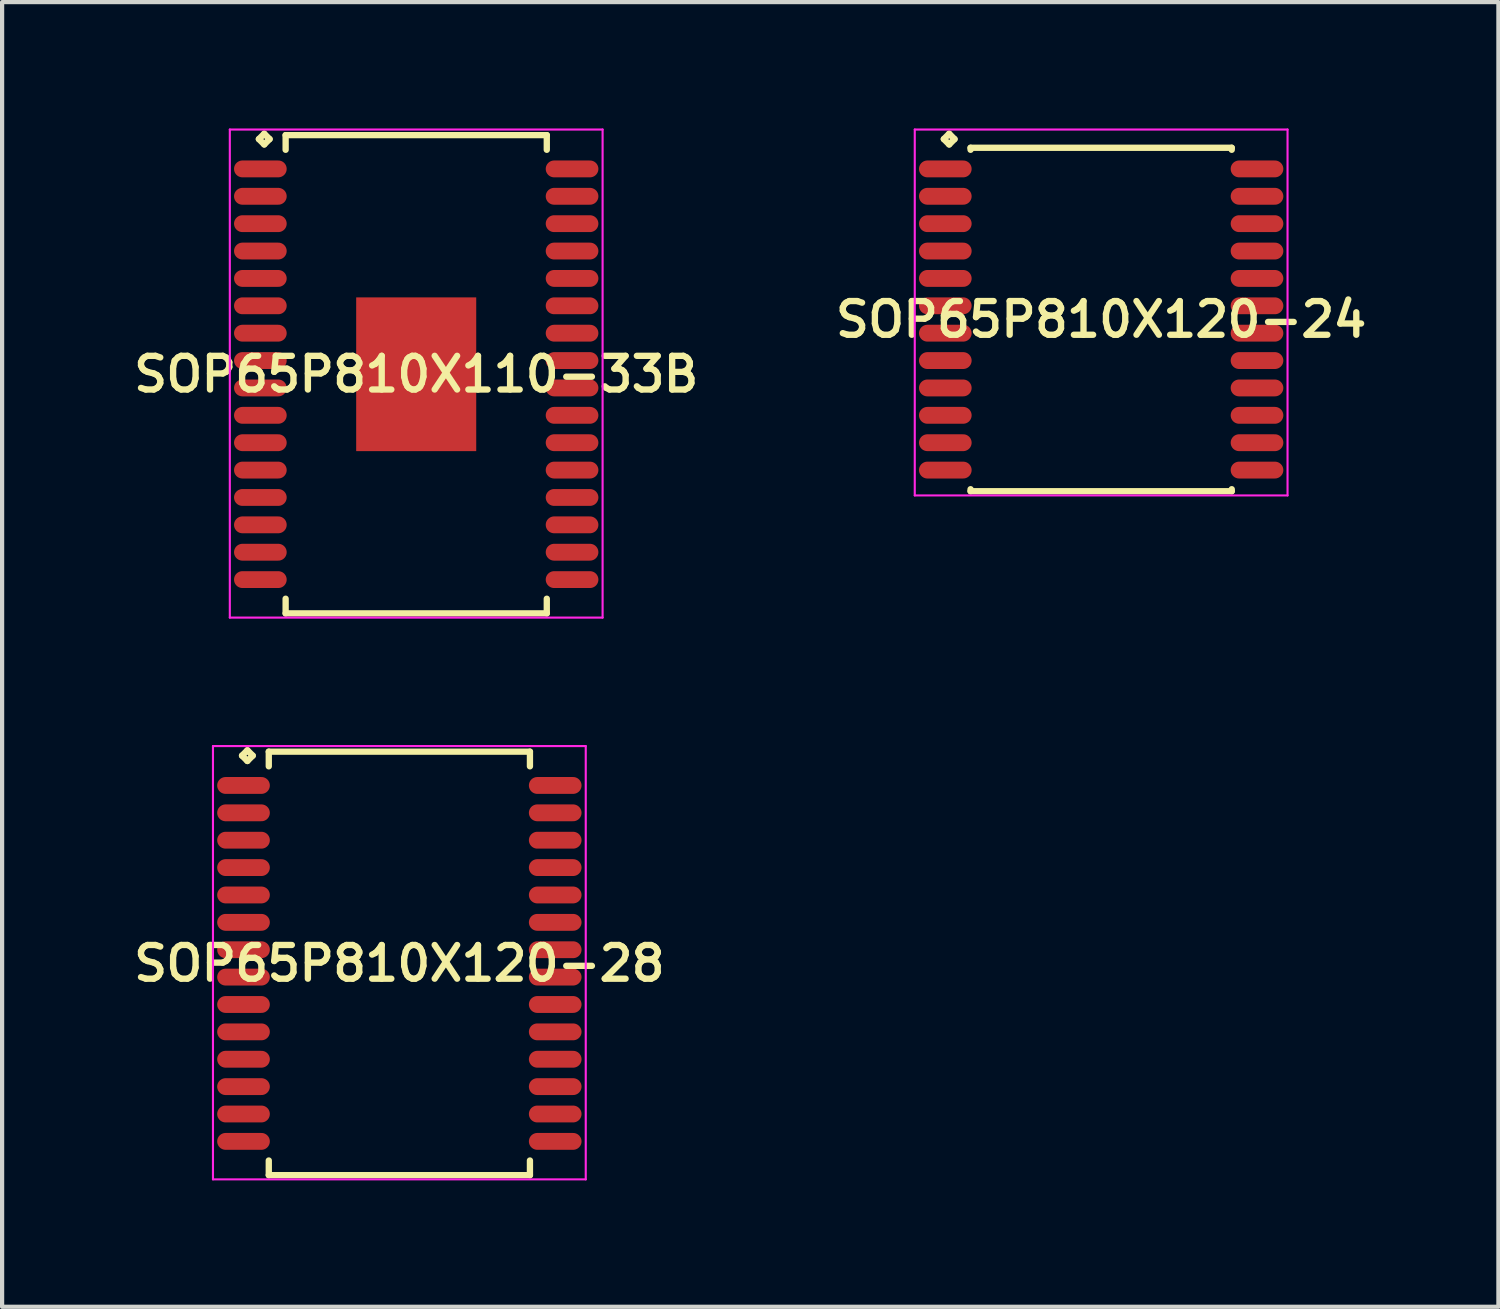
<source format=kicad_pcb>
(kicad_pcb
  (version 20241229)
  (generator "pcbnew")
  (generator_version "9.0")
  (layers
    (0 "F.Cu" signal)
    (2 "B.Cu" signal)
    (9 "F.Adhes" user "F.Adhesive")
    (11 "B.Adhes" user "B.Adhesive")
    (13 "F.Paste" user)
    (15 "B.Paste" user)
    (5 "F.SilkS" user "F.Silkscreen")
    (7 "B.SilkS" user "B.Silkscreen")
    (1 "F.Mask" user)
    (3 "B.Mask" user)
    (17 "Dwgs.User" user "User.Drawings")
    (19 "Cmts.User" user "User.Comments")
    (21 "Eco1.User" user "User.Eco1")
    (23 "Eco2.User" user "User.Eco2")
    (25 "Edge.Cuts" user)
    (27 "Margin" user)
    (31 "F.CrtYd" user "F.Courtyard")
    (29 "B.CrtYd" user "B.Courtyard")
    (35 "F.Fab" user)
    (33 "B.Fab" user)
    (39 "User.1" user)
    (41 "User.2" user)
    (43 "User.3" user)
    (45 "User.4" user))
  (footprint "SOP65P810X120-28"
    (layer "F.Cu")
    (at 6.431 19.822)
    (property "Reference" "SOP65P810X120-28" (at 0 0 0) (layer "F.SilkS") (effects (font (size 0.8 0.8) (thickness 0.15))))
    (attr smd)
    (fp_line (start -3.735 -4.933) (end -3.608 -5.06) (stroke (width 0.15) (type solid)) (layer "F.SilkS"))
    (fp_line (start -3.608 -5.06) (end -3.481 -4.933) (stroke (width 0.15) (type solid)) (layer "F.SilkS"))
    (fp_line (start -3.608 -4.806) (end -3.735 -4.933) (stroke (width 0.15) (type solid)) (layer "F.SilkS"))
    (fp_line (start -3.481 -4.933) (end -3.608 -4.806) (stroke (width 0.15) (type solid)) (layer "F.SilkS"))
    (fp_line (start -3.1 -5.027) (end 3.1 -5.027) (stroke (width 0.15) (type solid)) (layer "F.SilkS"))
    (fp_line (start -3.1 -4.679) (end -3.1 -5.027) (stroke (width 0.15) (type solid)) (layer "F.SilkS"))
    (fp_line (start -3.1 4.679) (end -3.1 5.027) (stroke (width 0.15) (type solid)) (layer "F.SilkS"))
    (fp_line (start -3.1 5.027) (end 3.1 5.027) (stroke (width 0.15) (type solid)) (layer "F.SilkS"))
    (fp_line (start 3.1 -5.027) (end 3.1 -4.679) (stroke (width 0.15) (type solid)) (layer "F.SilkS"))
    (fp_line (start 3.1 5.027) (end 3.1 4.679) (stroke (width 0.15) (type solid)) (layer "F.SilkS"))
    (fp_line (start -4.425 -5.16) (end 4.425 -5.16) (stroke (width 0.05) (type solid)) (layer "F.CrtYd"))
    (fp_line (start -4.425 5.127) (end -4.425 -5.16) (stroke (width 0.05) (type solid)) (layer "F.CrtYd"))
    (fp_line (start 4.425 -5.16) (end 4.425 5.127) (stroke (width 0.05) (type solid)) (layer "F.CrtYd"))
    (fp_line (start 4.425 5.127) (end -4.425 5.127) (stroke (width 0.05) (type solid)) (layer "F.CrtYd"))
    (pad "1" smd oval (at -3.7 -4.225) (size 1.25 0.4) (layers "F.Cu" "F.Mask" "F.Paste"))
    (pad "2" smd oval (at -3.7 -3.575) (size 1.25 0.4) (layers "F.Cu" "F.Mask" "F.Paste"))
    (pad "3" smd oval (at -3.7 -2.925) (size 1.25 0.4) (layers "F.Cu" "F.Mask" "F.Paste"))
    (pad "4" smd oval (at -3.7 -2.275) (size 1.25 0.4) (layers "F.Cu" "F.Mask" "F.Paste"))
    (pad "5" smd oval (at -3.7 -1.625) (size 1.25 0.4) (layers "F.Cu" "F.Mask" "F.Paste"))
    (pad "6" smd oval (at -3.7 -0.975) (size 1.25 0.4) (layers "F.Cu" "F.Mask" "F.Paste"))
    (pad "7" smd oval (at -3.7 -0.325) (size 1.25 0.4) (layers "F.Cu" "F.Mask" "F.Paste"))
    (pad "8" smd oval (at -3.7 0.325) (size 1.25 0.4) (layers "F.Cu" "F.Mask" "F.Paste"))
    (pad "9" smd oval (at -3.7 0.975) (size 1.25 0.4) (layers "F.Cu" "F.Mask" "F.Paste"))
    (pad "10" smd oval (at -3.7 1.625) (size 1.25 0.4) (layers "F.Cu" "F.Mask" "F.Paste"))
    (pad "11" smd oval (at -3.7 2.275) (size 1.25 0.4) (layers "F.Cu" "F.Mask" "F.Paste"))
    (pad "12" smd oval (at -3.7 2.925) (size 1.25 0.4) (layers "F.Cu" "F.Mask" "F.Paste"))
    (pad "13" smd oval (at -3.7 3.575) (size 1.25 0.4) (layers "F.Cu" "F.Mask" "F.Paste"))
    (pad "14" smd oval (at -3.7 4.225) (size 1.25 0.4) (layers "F.Cu" "F.Mask" "F.Paste"))
    (pad "15" smd oval (at 3.7 4.225) (size 1.25 0.4) (layers "F.Cu" "F.Mask" "F.Paste"))
    (pad "16" smd oval (at 3.7 3.575) (size 1.25 0.4) (layers "F.Cu" "F.Mask" "F.Paste"))
    (pad "17" smd oval (at 3.7 2.925) (size 1.25 0.4) (layers "F.Cu" "F.Mask" "F.Paste"))
    (pad "18" smd oval (at 3.7 2.275) (size 1.25 0.4) (layers "F.Cu" "F.Mask" "F.Paste"))
    (pad "19" smd oval (at 3.7 1.625) (size 1.25 0.4) (layers "F.Cu" "F.Mask" "F.Paste"))
    (pad "20" smd oval (at 3.7 0.975) (size 1.25 0.4) (layers "F.Cu" "F.Mask" "F.Paste"))
    (pad "21" smd oval (at 3.7 0.325) (size 1.25 0.4) (layers "F.Cu" "F.Mask" "F.Paste"))
    (pad "22" smd oval (at 3.7 -0.325) (size 1.25 0.4) (layers "F.Cu" "F.Mask" "F.Paste"))
    (pad "23" smd oval (at 3.7 -0.975) (size 1.25 0.4) (layers "F.Cu" "F.Mask" "F.Paste"))
    (pad "24" smd oval (at 3.7 -1.625) (size 1.25 0.4) (layers "F.Cu" "F.Mask" "F.Paste"))
    (pad "25" smd oval (at 3.7 -2.275) (size 1.25 0.4) (layers "F.Cu" "F.Mask" "F.Paste"))
    (pad "26" smd oval (at 3.7 -2.925) (size 1.25 0.4) (layers "F.Cu" "F.Mask" "F.Paste"))
    (pad "27" smd oval (at 3.7 -3.575) (size 1.25 0.4) (layers "F.Cu" "F.Mask" "F.Paste"))
    (pad "28" smd oval (at 3.7 -4.225) (size 1.25 0.4) (layers "F.Cu" "F.Mask" "F.Paste")))
  (footprint "SOP65P810X120-24"
    (layer "F.Cu")
    (at 23.092 4.535)
    (property "Reference" "SOP65P810X120-24" (at 0 0 0) (layer "F.SilkS") (effects (font (size 0.8 0.8) (thickness 0.15))))
    (attr smd)
    (fp_line (start -3.735 -4.283) (end -3.608 -4.41) (stroke (width 0.15) (type solid)) (layer "F.SilkS"))
    (fp_line (start -3.608 -4.41) (end -3.481 -4.283) (stroke (width 0.15) (type solid)) (layer "F.SilkS"))
    (fp_line (start -3.608 -4.156) (end -3.735 -4.283) (stroke (width 0.15) (type solid)) (layer "F.SilkS"))
    (fp_line (start -3.481 -4.283) (end -3.608 -4.156) (stroke (width 0.15) (type solid)) (layer "F.SilkS"))
    (fp_line (start -3.1 -4.077) (end 3.1 -4.077) (stroke (width 0.15) (type solid)) (layer "F.SilkS"))
    (fp_line (start -3.1 -4.029) (end -3.1 -4.077) (stroke (width 0.15) (type solid)) (layer "F.SilkS"))
    (fp_line (start -3.1 4.029) (end -3.1 4.077) (stroke (width 0.15) (type solid)) (layer "F.SilkS"))
    (fp_line (start -3.1 4.077) (end 3.1 4.077) (stroke (width 0.15) (type solid)) (layer "F.SilkS"))
    (fp_line (start 3.1 -4.077) (end 3.1 -4.029) (stroke (width 0.15) (type solid)) (layer "F.SilkS"))
    (fp_line (start 3.1 4.077) (end 3.1 4.029) (stroke (width 0.15) (type solid)) (layer "F.SilkS"))
    (fp_line (start -4.425 -4.51) (end 4.425 -4.51) (stroke (width 0.05) (type solid)) (layer "F.CrtYd"))
    (fp_line (start -4.425 4.177) (end -4.425 -4.51) (stroke (width 0.05) (type solid)) (layer "F.CrtYd"))
    (fp_line (start 4.425 -4.51) (end 4.425 4.177) (stroke (width 0.05) (type solid)) (layer "F.CrtYd"))
    (fp_line (start 4.425 4.177) (end -4.425 4.177) (stroke (width 0.05) (type solid)) (layer "F.CrtYd"))
    (pad "1" smd oval (at -3.7 -3.575) (size 1.25 0.4) (layers "F.Cu" "F.Mask" "F.Paste"))
    (pad "2" smd oval (at -3.7 -2.925) (size 1.25 0.4) (layers "F.Cu" "F.Mask" "F.Paste"))
    (pad "3" smd oval (at -3.7 -2.275) (size 1.25 0.4) (layers "F.Cu" "F.Mask" "F.Paste"))
    (pad "4" smd oval (at -3.7 -1.625) (size 1.25 0.4) (layers "F.Cu" "F.Mask" "F.Paste"))
    (pad "5" smd oval (at -3.7 -0.975) (size 1.25 0.4) (layers "F.Cu" "F.Mask" "F.Paste"))
    (pad "6" smd oval (at -3.7 -0.325) (size 1.25 0.4) (layers "F.Cu" "F.Mask" "F.Paste"))
    (pad "7" smd oval (at -3.7 0.325) (size 1.25 0.4) (layers "F.Cu" "F.Mask" "F.Paste"))
    (pad "8" smd oval (at -3.7 0.975) (size 1.25 0.4) (layers "F.Cu" "F.Mask" "F.Paste"))
    (pad "9" smd oval (at -3.7 1.625) (size 1.25 0.4) (layers "F.Cu" "F.Mask" "F.Paste"))
    (pad "10" smd oval (at -3.7 2.275) (size 1.25 0.4) (layers "F.Cu" "F.Mask" "F.Paste"))
    (pad "11" smd oval (at -3.7 2.925) (size 1.25 0.4) (layers "F.Cu" "F.Mask" "F.Paste"))
    (pad "12" smd oval (at -3.7 3.575) (size 1.25 0.4) (layers "F.Cu" "F.Mask" "F.Paste"))
    (pad "13" smd oval (at 3.7 3.575) (size 1.25 0.4) (layers "F.Cu" "F.Mask" "F.Paste"))
    (pad "14" smd oval (at 3.7 2.925) (size 1.25 0.4) (layers "F.Cu" "F.Mask" "F.Paste"))
    (pad "15" smd oval (at 3.7 2.275) (size 1.25 0.4) (layers "F.Cu" "F.Mask" "F.Paste"))
    (pad "16" smd oval (at 3.7 1.625) (size 1.25 0.4) (layers "F.Cu" "F.Mask" "F.Paste"))
    (pad "17" smd oval (at 3.7 0.975) (size 1.25 0.4) (layers "F.Cu" "F.Mask" "F.Paste"))
    (pad "18" smd oval (at 3.7 0.325) (size 1.25 0.4) (layers "F.Cu" "F.Mask" "F.Paste"))
    (pad "19" smd oval (at 3.7 -0.325) (size 1.25 0.4) (layers "F.Cu" "F.Mask" "F.Paste"))
    (pad "20" smd oval (at 3.7 -0.975) (size 1.25 0.4) (layers "F.Cu" "F.Mask" "F.Paste"))
    (pad "21" smd oval (at 3.7 -1.625) (size 1.25 0.4) (layers "F.Cu" "F.Mask" "F.Paste"))
    (pad "22" smd oval (at 3.7 -2.275) (size 1.25 0.4) (layers "F.Cu" "F.Mask" "F.Paste"))
    (pad "23" smd oval (at 3.7 -2.925) (size 1.25 0.4) (layers "F.Cu" "F.Mask" "F.Paste"))
    (pad "24" smd oval (at 3.7 -3.575) (size 1.25 0.4) (layers "F.Cu" "F.Mask" "F.Paste")))
  (footprint "SOP65P810X110-33B"
    (layer "F.Cu")
    (at 6.831 5.835)
    (property "Reference" "SOP65P810X110-33B" (at 0 0 0) (layer "F.SilkS") (effects (font (size 0.8 0.8) (thickness 0.15))))
    (attr smd)
    (fp_line (start -3.735 -5.583) (end -3.608 -5.71) (stroke (width 0.15) (type solid)) (layer "F.SilkS"))
    (fp_line (start -3.608 -5.71) (end -3.481 -5.583) (stroke (width 0.15) (type solid)) (layer "F.SilkS"))
    (fp_line (start -3.608 -5.456) (end -3.735 -5.583) (stroke (width 0.15) (type solid)) (layer "F.SilkS"))
    (fp_line (start -3.481 -5.583) (end -3.608 -5.456) (stroke (width 0.15) (type solid)) (layer "F.SilkS"))
    (fp_line (start -3.1 -5.677) (end 3.1 -5.677) (stroke (width 0.15) (type solid)) (layer "F.SilkS"))
    (fp_line (start -3.1 -5.329) (end -3.1 -5.677) (stroke (width 0.15) (type solid)) (layer "F.SilkS"))
    (fp_line (start -3.1 5.329) (end -3.1 5.677) (stroke (width 0.15) (type solid)) (layer "F.SilkS"))
    (fp_line (start -3.1 5.677) (end 3.1 5.677) (stroke (width 0.15) (type solid)) (layer "F.SilkS"))
    (fp_line (start 3.1 -5.677) (end 3.1 -5.329) (stroke (width 0.15) (type solid)) (layer "F.SilkS"))
    (fp_line (start 3.1 5.677) (end 3.1 5.329) (stroke (width 0.15) (type solid)) (layer "F.SilkS"))
    (fp_line (start -4.425 -5.81) (end 4.425 -5.81) (stroke (width 0.05) (type solid)) (layer "F.CrtYd"))
    (fp_line (start -4.425 5.777) (end -4.425 -5.81) (stroke (width 0.05) (type solid)) (layer "F.CrtYd"))
    (fp_line (start 4.425 -5.81) (end 4.425 5.777) (stroke (width 0.05) (type solid)) (layer "F.CrtYd"))
    (fp_line (start 4.425 5.777) (end -4.425 5.777) (stroke (width 0.05) (type solid)) (layer "F.CrtYd"))
    (pad "1" smd oval (at -3.7 -4.875) (size 1.25 0.4) (layers "F.Cu" "F.Mask" "F.Paste"))
    (pad "2" smd oval (at -3.7 -4.225) (size 1.25 0.4) (layers "F.Cu" "F.Mask" "F.Paste"))
    (pad "3" smd oval (at -3.7 -3.575) (size 1.25 0.4) (layers "F.Cu" "F.Mask" "F.Paste"))
    (pad "4" smd oval (at -3.7 -2.925) (size 1.25 0.4) (layers "F.Cu" "F.Mask" "F.Paste"))
    (pad "5" smd oval (at -3.7 -2.275) (size 1.25 0.4) (layers "F.Cu" "F.Mask" "F.Paste"))
    (pad "6" smd oval (at -3.7 -1.625) (size 1.25 0.4) (layers "F.Cu" "F.Mask" "F.Paste"))
    (pad "7" smd oval (at -3.7 -0.975) (size 1.25 0.4) (layers "F.Cu" "F.Mask" "F.Paste"))
    (pad "8" smd oval (at -3.7 -0.325) (size 1.25 0.4) (layers "F.Cu" "F.Mask" "F.Paste"))
    (pad "9" smd oval (at -3.7 0.325) (size 1.25 0.4) (layers "F.Cu" "F.Mask" "F.Paste"))
    (pad "10" smd oval (at -3.7 0.975) (size 1.25 0.4) (layers "F.Cu" "F.Mask" "F.Paste"))
    (pad "11" smd oval (at -3.7 1.625) (size 1.25 0.4) (layers "F.Cu" "F.Mask" "F.Paste"))
    (pad "12" smd oval (at -3.7 2.275) (size 1.25 0.4) (layers "F.Cu" "F.Mask" "F.Paste"))
    (pad "13" smd oval (at -3.7 2.925) (size 1.25 0.4) (layers "F.Cu" "F.Mask" "F.Paste"))
    (pad "14" smd oval (at -3.7 3.575) (size 1.25 0.4) (layers "F.Cu" "F.Mask" "F.Paste"))
    (pad "15" smd oval (at -3.7 4.225) (size 1.25 0.4) (layers "F.Cu" "F.Mask" "F.Paste"))
    (pad "16" smd oval (at -3.7 4.875) (size 1.25 0.4) (layers "F.Cu" "F.Mask" "F.Paste"))
    (pad "17" smd oval (at 3.7 4.875) (size 1.25 0.4) (layers "F.Cu" "F.Mask" "F.Paste"))
    (pad "18" smd oval (at 3.7 4.225) (size 1.25 0.4) (layers "F.Cu" "F.Mask" "F.Paste"))
    (pad "19" smd oval (at 3.7 3.575) (size 1.25 0.4) (layers "F.Cu" "F.Mask" "F.Paste"))
    (pad "20" smd oval (at 3.7 2.925) (size 1.25 0.4) (layers "F.Cu" "F.Mask" "F.Paste"))
    (pad "21" smd oval (at 3.7 2.275) (size 1.25 0.4) (layers "F.Cu" "F.Mask" "F.Paste"))
    (pad "22" smd oval (at 3.7 1.625) (size 1.25 0.4) (layers "F.Cu" "F.Mask" "F.Paste"))
    (pad "23" smd oval (at 3.7 0.975) (size 1.25 0.4) (layers "F.Cu" "F.Mask" "F.Paste"))
    (pad "24" smd oval (at 3.7 0.325) (size 1.25 0.4) (layers "F.Cu" "F.Mask" "F.Paste"))
    (pad "25" smd oval (at 3.7 -0.325) (size 1.25 0.4) (layers "F.Cu" "F.Mask" "F.Paste"))
    (pad "26" smd oval (at 3.7 -0.975) (size 1.25 0.4) (layers "F.Cu" "F.Mask" "F.Paste"))
    (pad "27" smd oval (at 3.7 -1.625) (size 1.25 0.4) (layers "F.Cu" "F.Mask" "F.Paste"))
    (pad "28" smd oval (at 3.7 -2.275) (size 1.25 0.4) (layers "F.Cu" "F.Mask" "F.Paste"))
    (pad "29" smd oval (at 3.7 -2.925) (size 1.25 0.4) (layers "F.Cu" "F.Mask" "F.Paste"))
    (pad "30" smd oval (at 3.7 -3.575) (size 1.25 0.4) (layers "F.Cu" "F.Mask" "F.Paste"))
    (pad "31" smd oval (at 3.7 -4.225) (size 1.25 0.4) (layers "F.Cu" "F.Mask" "F.Paste"))
    (pad "32" smd oval (at 3.7 -4.875) (size 1.25 0.4) (layers "F.Cu" "F.Mask" "F.Paste"))
    (pad "33" smd rect (at 0 0) (size 2.85 3.65) (layers "F.Cu" "F.Mask" "F.Paste")))
  (gr_rect
    (start -3 -3)
    (end 32.523 27.974)
    (stroke (width 0.1) (type default))
    (fill no)
    (layer "Edge.Cuts")))
</source>
